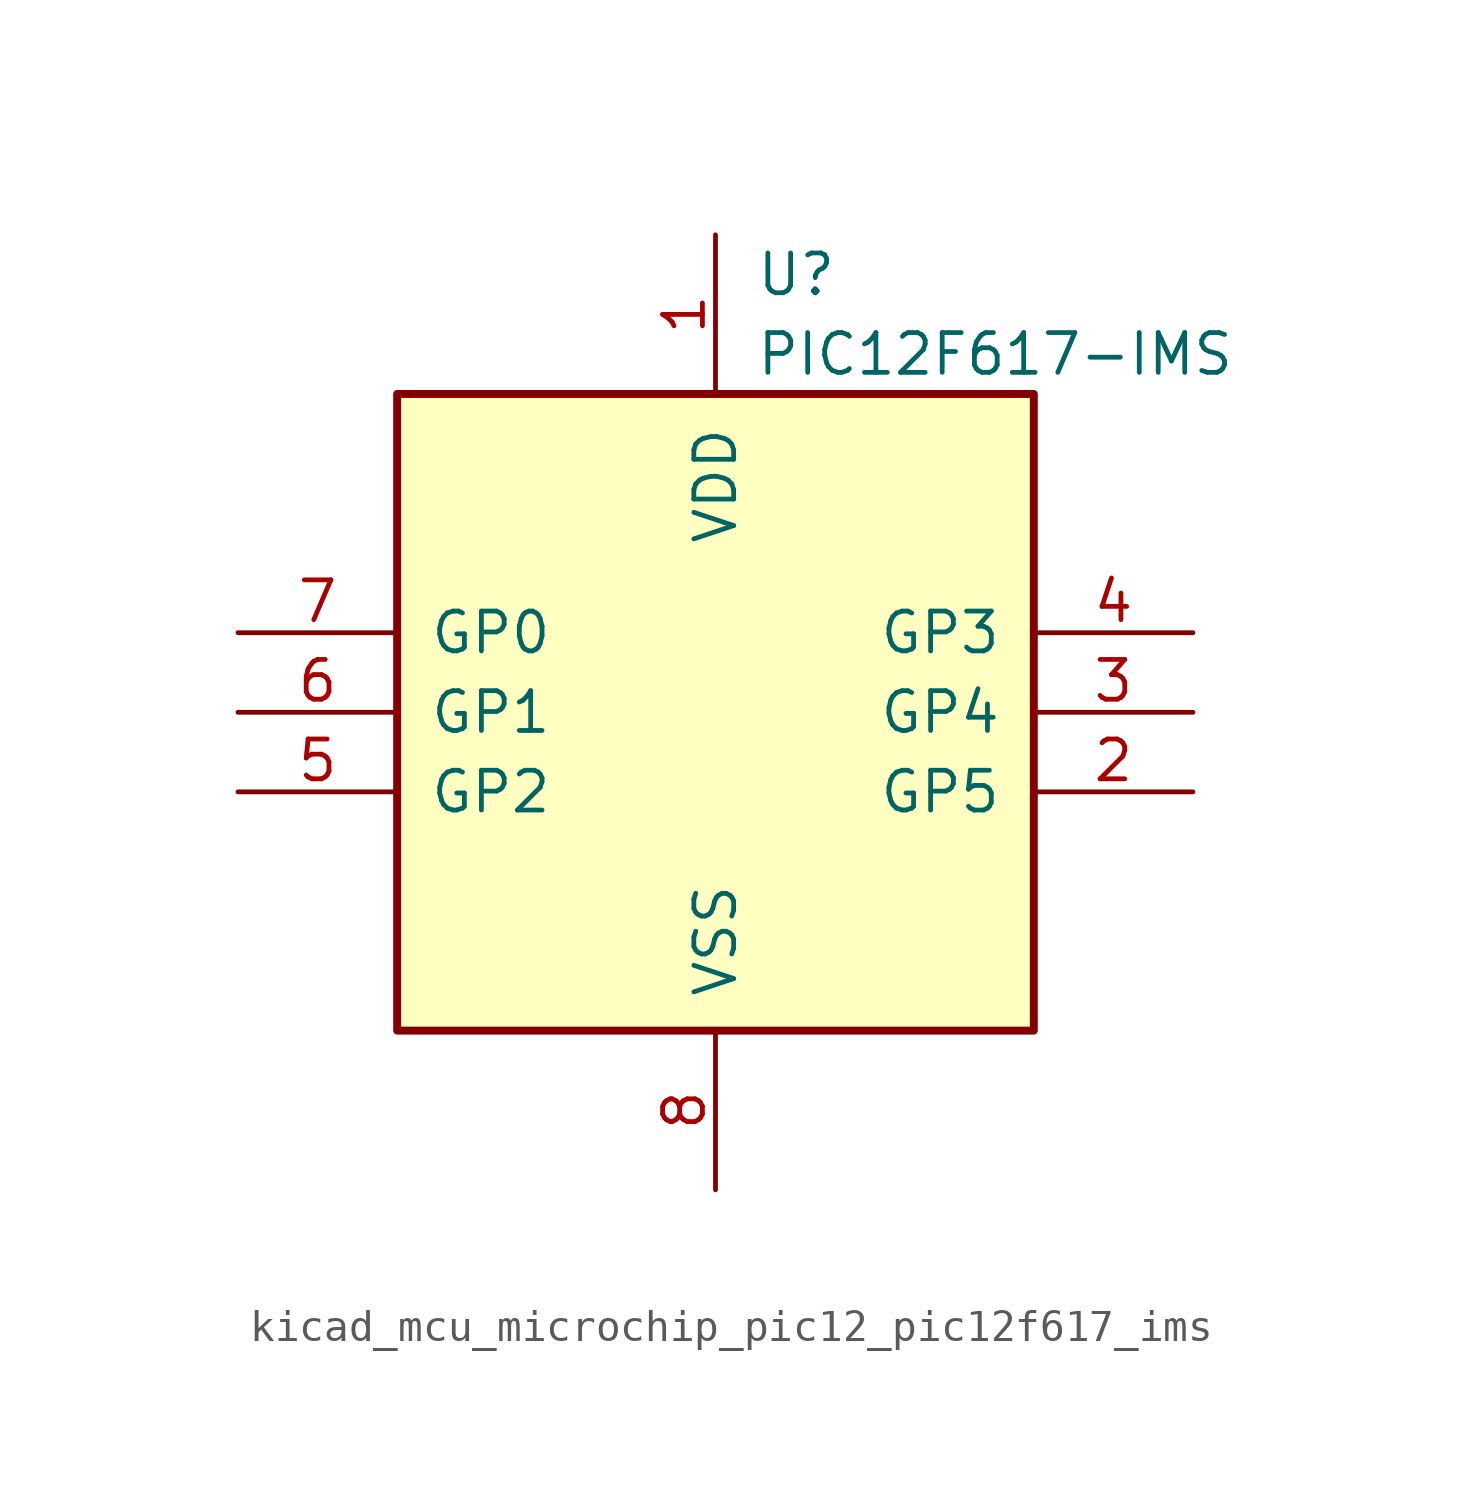
<source format=kicad_sym>
(kicad_symbol_lib
  (version 20220914)
  (generator kicad_symbol_editor)
  (symbol "kicad_mcu_microchip_pic12_pic12f617_ims"
    (pin_names
      (offset 1.016))
    (property "Reference" "U"
      (at 1.27 13.97 0)
      (effects (font (size 1.27 1.27)) (justify left)))
    (property "Value" "PIC12F617-IMS"
      (at 1.27 11.43 0)
      (effects (font (size 1.27 1.27)) (justify left)))
    (symbol "kicad_mcu_microchip_pic12_pic12f617_ims_0_1"
      (rectangle (start 10.16 -10.16) (end -10.16 10.16) (stroke (width 0.254) (type default)) (fill (type background))))
    (symbol "kicad_mcu_microchip_pic12_pic12f617_ims_1_1"
      (pin power_in line (at 0 15.24 270) (length 5.08) (name "VDD" (effects (font (size 1.27 1.27)))) (number "1" (effects (font (size 1.27 1.27)))))
      (pin bidirectional line (at 15.24 -2.54 180) (length 5.08) (name "GP5" (effects (font (size 1.27 1.27)))) (number "2" (effects (font (size 1.27 1.27)))))
      (pin bidirectional line (at 15.24 0 180) (length 5.08) (name "GP4" (effects (font (size 1.27 1.27)))) (number "3" (effects (font (size 1.27 1.27)))))
      (pin input line (at 15.24 2.54 180) (length 5.08) (name "GP3" (effects (font (size 1.27 1.27)))) (number "4" (effects (font (size 1.27 1.27)))))
      (pin bidirectional line (at -15.24 -2.54 0) (length 5.08) (name "GP2" (effects (font (size 1.27 1.27)))) (number "5" (effects (font (size 1.27 1.27)))))
      (pin bidirectional line (at -15.24 0 0) (length 5.08) (name "GP1" (effects (font (size 1.27 1.27)))) (number "6" (effects (font (size 1.27 1.27)))))
      (pin bidirectional line (at -15.24 2.54 0) (length 5.08) (name "GP0" (effects (font (size 1.27 1.27)))) (number "7" (effects (font (size 1.27 1.27)))))
      (pin power_in line (at 0 -15.24 90) (length 5.08) (name "VSS" (effects (font (size 1.27 1.27)))) (number "8" (effects (font (size 1.27 1.27))))))))
</source>
